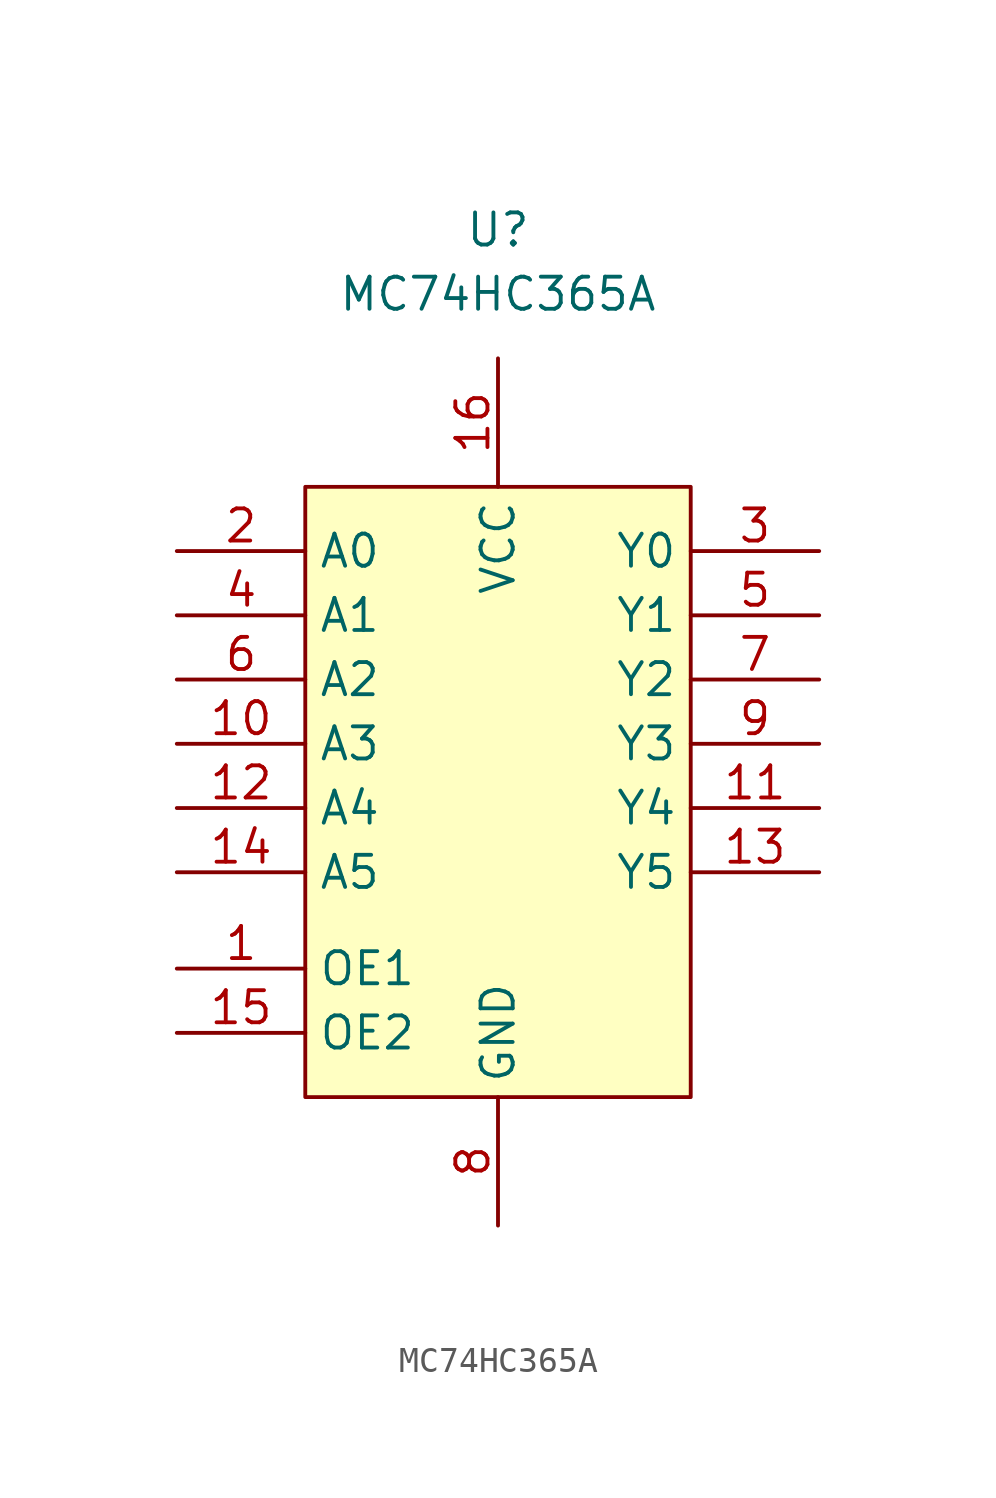
<source format=kicad_sym>
(kicad_symbol_lib
  (version 20211014)
  (generator kicad_symbol_editor)
  (symbol "MC74HC365A"
    (property "Reference" "U"
      (at 0 12.7 0)
      (effects (font (size 1.27 1.27))))
    (property "Value" "MC74HC365A"
      (at 0 10.16 0)
      (effects (font (size 1.27 1.27))))
    (symbol "MC74HC365A_0_1"
      (rectangle (start -7.62 2.54) (end 7.62 -21.59) (stroke (width 0) (type default) (color 0 0 0 0)) (fill (type background))))
    (symbol "MC74HC365A_1_1"
      (pin input line (at -12.7 -16.51 0) (length 5.08) (name "OE1" (effects (font (size 1.27 1.27)))) (number "1" (effects (font (size 1.27 1.27)))))
      (pin input line (at -12.7 -7.62 0) (length 5.08) (name "A3" (effects (font (size 1.27 1.27)))) (number "10" (effects (font (size 1.27 1.27)))))
      (pin input line (at 12.7 -10.16 180) (length 5.08) (name "Y4" (effects (font (size 1.27 1.27)))) (number "11" (effects (font (size 1.27 1.27)))))
      (pin input line (at -12.7 -10.16 0) (length 5.08) (name "A4" (effects (font (size 1.27 1.27)))) (number "12" (effects (font (size 1.27 1.27)))))
      (pin input line (at 12.7 -12.7 180) (length 5.08) (name "Y5" (effects (font (size 1.27 1.27)))) (number "13" (effects (font (size 1.27 1.27)))))
      (pin input line (at -12.7 -12.7 0) (length 5.08) (name "A5" (effects (font (size 1.27 1.27)))) (number "14" (effects (font (size 1.27 1.27)))))
      (pin input line (at -12.7 -19.05 0) (length 5.08) (name "OE2" (effects (font (size 1.27 1.27)))) (number "15" (effects (font (size 1.27 1.27)))))
      (pin input line (at 0 7.62 270) (length 5.08) (name "VCC" (effects (font (size 1.27 1.27)))) (number "16" (effects (font (size 1.27 1.27)))))
      (pin input line (at -12.7 0 0) (length 5.08) (name "A0" (effects (font (size 1.27 1.27)))) (number "2" (effects (font (size 1.27 1.27)))))
      (pin input line (at 12.7 0 180) (length 5.08) (name "Y0" (effects (font (size 1.27 1.27)))) (number "3" (effects (font (size 1.27 1.27)))))
      (pin input line (at -12.7 -2.54 0) (length 5.08) (name "A1" (effects (font (size 1.27 1.27)))) (number "4" (effects (font (size 1.27 1.27)))))
      (pin input line (at 12.7 -2.54 180) (length 5.08) (name "Y1" (effects (font (size 1.27 1.27)))) (number "5" (effects (font (size 1.27 1.27)))))
      (pin input line (at -12.7 -5.08 0) (length 5.08) (name "A2" (effects (font (size 1.27 1.27)))) (number "6" (effects (font (size 1.27 1.27)))))
      (pin input line (at 12.7 -5.08 180) (length 5.08) (name "Y2" (effects (font (size 1.27 1.27)))) (number "7" (effects (font (size 1.27 1.27)))))
      (pin input line (at 0 -26.67 90) (length 5.08) (name "GND" (effects (font (size 1.27 1.27)))) (number "8" (effects (font (size 1.27 1.27)))))
      (pin input line (at 12.7 -7.62 180) (length 5.08) (name "Y3" (effects (font (size 1.27 1.27)))) (number "9" (effects (font (size 1.27 1.27))))))))
</source>
